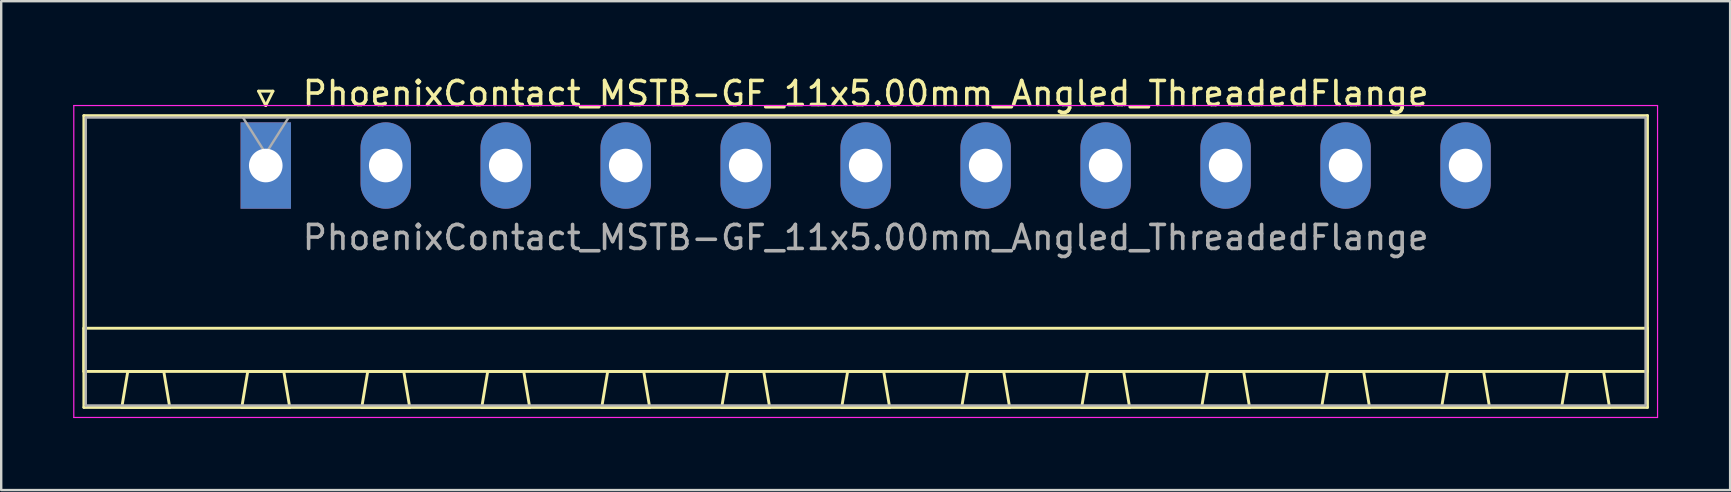
<source format=kicad_pcb>
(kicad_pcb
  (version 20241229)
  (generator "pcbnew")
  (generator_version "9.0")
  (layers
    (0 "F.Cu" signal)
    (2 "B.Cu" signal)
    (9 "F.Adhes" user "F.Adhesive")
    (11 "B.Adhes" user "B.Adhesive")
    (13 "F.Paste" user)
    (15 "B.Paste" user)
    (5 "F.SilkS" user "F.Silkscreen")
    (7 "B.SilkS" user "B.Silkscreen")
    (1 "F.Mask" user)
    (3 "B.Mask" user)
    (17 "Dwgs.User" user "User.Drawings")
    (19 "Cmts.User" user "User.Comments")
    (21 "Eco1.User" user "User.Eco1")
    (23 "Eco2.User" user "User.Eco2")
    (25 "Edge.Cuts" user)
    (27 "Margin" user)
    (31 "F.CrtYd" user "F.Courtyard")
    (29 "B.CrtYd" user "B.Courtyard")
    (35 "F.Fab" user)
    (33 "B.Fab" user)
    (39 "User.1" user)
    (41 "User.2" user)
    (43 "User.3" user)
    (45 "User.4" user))
  (footprint "PhoenixContact_MSTB-GF_11x5.00mm_Angled_ThreadedFlange"
    (layer "F.Cu")
    (at 8.025 3.848)
    (property "Reference" "PhoenixContact_MSTB-GF_11x5.00mm_Angled_ThreadedFlange" (at 25 -3 0) (layer "F.SilkS") (effects (font (size 1 1) (thickness 0.15))))
    (attr through_hole)
    (fp_line (start -7.58 -2.08) (end -7.58 10.08) (stroke (width 0.12) (type solid)) (layer "F.SilkS"))
    (fp_line (start -7.58 6.78) (end 57.58 6.78) (stroke (width 0.12) (type solid)) (layer "F.SilkS"))
    (fp_line (start -7.58 8.58) (end -7.58 6.78) (stroke (width 0.12) (type solid)) (layer "F.SilkS"))
    (fp_line (start -7.58 10.08) (end 57.58 10.08) (stroke (width 0.12) (type solid)) (layer "F.SilkS"))
    (fp_line (start -6 10.08) (end -4 10.08) (stroke (width 0.12) (type solid)) (layer "F.SilkS"))
    (fp_line (start -5.75 8.58) (end -6 10.08) (stroke (width 0.12) (type solid)) (layer "F.SilkS"))
    (fp_line (start -4.25 8.58) (end -5.75 8.58) (stroke (width 0.12) (type solid)) (layer "F.SilkS"))
    (fp_line (start -4 10.08) (end -4.25 8.58) (stroke (width 0.12) (type solid)) (layer "F.SilkS"))
    (fp_line (start -1 10.08) (end 1 10.08) (stroke (width 0.12) (type solid)) (layer "F.SilkS"))
    (fp_line (start -0.75 8.58) (end -1 10.08) (stroke (width 0.12) (type solid)) (layer "F.SilkS"))
    (fp_line (start -0.3 -3.1) (end 0.3 -3.1) (stroke (width 0.12) (type solid)) (layer "F.SilkS"))
    (fp_line (start 0 -2.5) (end -0.3 -3.1) (stroke (width 0.12) (type solid)) (layer "F.SilkS"))
    (fp_line (start 0.3 -3.1) (end 0 -2.5) (stroke (width 0.12) (type solid)) (layer "F.SilkS"))
    (fp_line (start 0.75 8.58) (end -0.75 8.58) (stroke (width 0.12) (type solid)) (layer "F.SilkS"))
    (fp_line (start 1 10.08) (end 0.75 8.58) (stroke (width 0.12) (type solid)) (layer "F.SilkS"))
    (fp_line (start 4 10.08) (end 6 10.08) (stroke (width 0.12) (type solid)) (layer "F.SilkS"))
    (fp_line (start 4.25 8.58) (end 4 10.08) (stroke (width 0.12) (type solid)) (layer "F.SilkS"))
    (fp_line (start 5.75 8.58) (end 4.25 8.58) (stroke (width 0.12) (type solid)) (layer "F.SilkS"))
    (fp_line (start 6 10.08) (end 5.75 8.58) (stroke (width 0.12) (type solid)) (layer "F.SilkS"))
    (fp_line (start 9 10.08) (end 11 10.08) (stroke (width 0.12) (type solid)) (layer "F.SilkS"))
    (fp_line (start 9.25 8.58) (end 9 10.08) (stroke (width 0.12) (type solid)) (layer "F.SilkS"))
    (fp_line (start 10.75 8.58) (end 9.25 8.58) (stroke (width 0.12) (type solid)) (layer "F.SilkS"))
    (fp_line (start 11 10.08) (end 10.75 8.58) (stroke (width 0.12) (type solid)) (layer "F.SilkS"))
    (fp_line (start 14 10.08) (end 16 10.08) (stroke (width 0.12) (type solid)) (layer "F.SilkS"))
    (fp_line (start 14.25 8.58) (end 14 10.08) (stroke (width 0.12) (type solid)) (layer "F.SilkS"))
    (fp_line (start 15.75 8.58) (end 14.25 8.58) (stroke (width 0.12) (type solid)) (layer "F.SilkS"))
    (fp_line (start 16 10.08) (end 15.75 8.58) (stroke (width 0.12) (type solid)) (layer "F.SilkS"))
    (fp_line (start 19 10.08) (end 21 10.08) (stroke (width 0.12) (type solid)) (layer "F.SilkS"))
    (fp_line (start 19.25 8.58) (end 19 10.08) (stroke (width 0.12) (type solid)) (layer "F.SilkS"))
    (fp_line (start 20.75 8.58) (end 19.25 8.58) (stroke (width 0.12) (type solid)) (layer "F.SilkS"))
    (fp_line (start 21 10.08) (end 20.75 8.58) (stroke (width 0.12) (type solid)) (layer "F.SilkS"))
    (fp_line (start 24 10.08) (end 26 10.08) (stroke (width 0.12) (type solid)) (layer "F.SilkS"))
    (fp_line (start 24.25 8.58) (end 24 10.08) (stroke (width 0.12) (type solid)) (layer "F.SilkS"))
    (fp_line (start 25.75 8.58) (end 24.25 8.58) (stroke (width 0.12) (type solid)) (layer "F.SilkS"))
    (fp_line (start 26 10.08) (end 25.75 8.58) (stroke (width 0.12) (type solid)) (layer "F.SilkS"))
    (fp_line (start 29 10.08) (end 31 10.08) (stroke (width 0.12) (type solid)) (layer "F.SilkS"))
    (fp_line (start 29.25 8.58) (end 29 10.08) (stroke (width 0.12) (type solid)) (layer "F.SilkS"))
    (fp_line (start 30.75 8.58) (end 29.25 8.58) (stroke (width 0.12) (type solid)) (layer "F.SilkS"))
    (fp_line (start 31 10.08) (end 30.75 8.58) (stroke (width 0.12) (type solid)) (layer "F.SilkS"))
    (fp_line (start 34 10.08) (end 36 10.08) (stroke (width 0.12) (type solid)) (layer "F.SilkS"))
    (fp_line (start 34.25 8.58) (end 34 10.08) (stroke (width 0.12) (type solid)) (layer "F.SilkS"))
    (fp_line (start 35.75 8.58) (end 34.25 8.58) (stroke (width 0.12) (type solid)) (layer "F.SilkS"))
    (fp_line (start 36 10.08) (end 35.75 8.58) (stroke (width 0.12) (type solid)) (layer "F.SilkS"))
    (fp_line (start 39 10.08) (end 41 10.08) (stroke (width 0.12) (type solid)) (layer "F.SilkS"))
    (fp_line (start 39.25 8.58) (end 39 10.08) (stroke (width 0.12) (type solid)) (layer "F.SilkS"))
    (fp_line (start 40.75 8.58) (end 39.25 8.58) (stroke (width 0.12) (type solid)) (layer "F.SilkS"))
    (fp_line (start 41 10.08) (end 40.75 8.58) (stroke (width 0.12) (type solid)) (layer "F.SilkS"))
    (fp_line (start 44 10.08) (end 46 10.08) (stroke (width 0.12) (type solid)) (layer "F.SilkS"))
    (fp_line (start 44.25 8.58) (end 44 10.08) (stroke (width 0.12) (type solid)) (layer "F.SilkS"))
    (fp_line (start 45.75 8.58) (end 44.25 8.58) (stroke (width 0.12) (type solid)) (layer "F.SilkS"))
    (fp_line (start 46 10.08) (end 45.75 8.58) (stroke (width 0.12) (type solid)) (layer "F.SilkS"))
    (fp_line (start 49 10.08) (end 51 10.08) (stroke (width 0.12) (type solid)) (layer "F.SilkS"))
    (fp_line (start 49.25 8.58) (end 49 10.08) (stroke (width 0.12) (type solid)) (layer "F.SilkS"))
    (fp_line (start 50.75 8.58) (end 49.25 8.58) (stroke (width 0.12) (type solid)) (layer "F.SilkS"))
    (fp_line (start 51 10.08) (end 50.75 8.58) (stroke (width 0.12) (type solid)) (layer "F.SilkS"))
    (fp_line (start 54 10.08) (end 56 10.08) (stroke (width 0.12) (type solid)) (layer "F.SilkS"))
    (fp_line (start 54.25 8.58) (end 54 10.08) (stroke (width 0.12) (type solid)) (layer "F.SilkS"))
    (fp_line (start 55.75 8.58) (end 54.25 8.58) (stroke (width 0.12) (type solid)) (layer "F.SilkS"))
    (fp_line (start 56 10.08) (end 55.75 8.58) (stroke (width 0.12) (type solid)) (layer "F.SilkS"))
    (fp_line (start 57.58 -2.08) (end -7.58 -2.08) (stroke (width 0.12) (type solid)) (layer "F.SilkS"))
    (fp_line (start 57.58 6.78) (end 57.58 8.58) (stroke (width 0.12) (type solid)) (layer "F.SilkS"))
    (fp_line (start 57.58 8.58) (end -7.58 8.58) (stroke (width 0.12) (type solid)) (layer "F.SilkS"))
    (fp_line (start 57.58 10.08) (end 57.58 -2.08) (stroke (width 0.12) (type solid)) (layer "F.SilkS"))
    (fp_line (start -8 -2.5) (end -8 10.5) (stroke (width 0.05) (type solid)) (layer "F.CrtYd"))
    (fp_line (start -8 10.5) (end 58 10.5) (stroke (width 0.05) (type solid)) (layer "F.CrtYd"))
    (fp_line (start 58 -2.5) (end -8 -2.5) (stroke (width 0.05) (type solid)) (layer "F.CrtYd"))
    (fp_line (start 58 10.5) (end 58 -2.5) (stroke (width 0.05) (type solid)) (layer "F.CrtYd"))
    (fp_line (start -7.5 -2) (end -7.5 10) (stroke (width 0.1) (type solid)) (layer "F.Fab"))
    (fp_line (start -7.5 10) (end 57.5 10) (stroke (width 0.1) (type solid)) (layer "F.Fab"))
    (fp_line (start 0 -0.5) (end -0.95 -2) (stroke (width 0.1) (type solid)) (layer "F.Fab"))
    (fp_line (start 0.95 -2) (end 0 -0.5) (stroke (width 0.1) (type solid)) (layer "F.Fab"))
    (fp_line (start 57.5 -2) (end -7.5 -2) (stroke (width 0.1) (type solid)) (layer "F.Fab"))
    (fp_line (start 57.5 10) (end 57.5 -2) (stroke (width 0.1) (type solid)) (layer "F.Fab"))
    (fp_text user "${REFERENCE}" (at 25 3 0) (layer "F.Fab") (effects (font (size 1 1) (thickness 0.15))))
    (pad "1" thru_hole rect (at 0 0) (size 2.1 3.6) (drill 1.4) (layers "*.Cu" "*.Mask"))
    (pad "2" thru_hole oval (at 5 0) (size 2.1 3.6) (drill 1.4) (layers "*.Cu" "*.Mask"))
    (pad "3" thru_hole oval (at 10 0) (size 2.1 3.6) (drill 1.4) (layers "*.Cu" "*.Mask"))
    (pad "4" thru_hole oval (at 15 0) (size 2.1 3.6) (drill 1.4) (layers "*.Cu" "*.Mask"))
    (pad "5" thru_hole oval (at 20 0) (size 2.1 3.6) (drill 1.4) (layers "*.Cu" "*.Mask"))
    (pad "6" thru_hole oval (at 25 0) (size 2.1 3.6) (drill 1.4) (layers "*.Cu" "*.Mask"))
    (pad "7" thru_hole oval (at 30 0) (size 2.1 3.6) (drill 1.4) (layers "*.Cu" "*.Mask"))
    (pad "8" thru_hole oval (at 35 0) (size 2.1 3.6) (drill 1.4) (layers "*.Cu" "*.Mask"))
    (pad "9" thru_hole oval (at 40 0) (size 2.1 3.6) (drill 1.4) (layers "*.Cu" "*.Mask"))
    (pad "10" thru_hole oval (at 45 0) (size 2.1 3.6) (drill 1.4) (layers "*.Cu" "*.Mask"))
    (pad "11" thru_hole oval (at 50 0) (size 2.1 3.6) (drill 1.4) (layers "*.Cu" "*.Mask")))
  (gr_rect
    (start -3 -3)
    (end 69.05 17.373)
    (stroke (width 0.1) (type default))
    (fill no)
    (layer "Edge.Cuts")))
</source>
